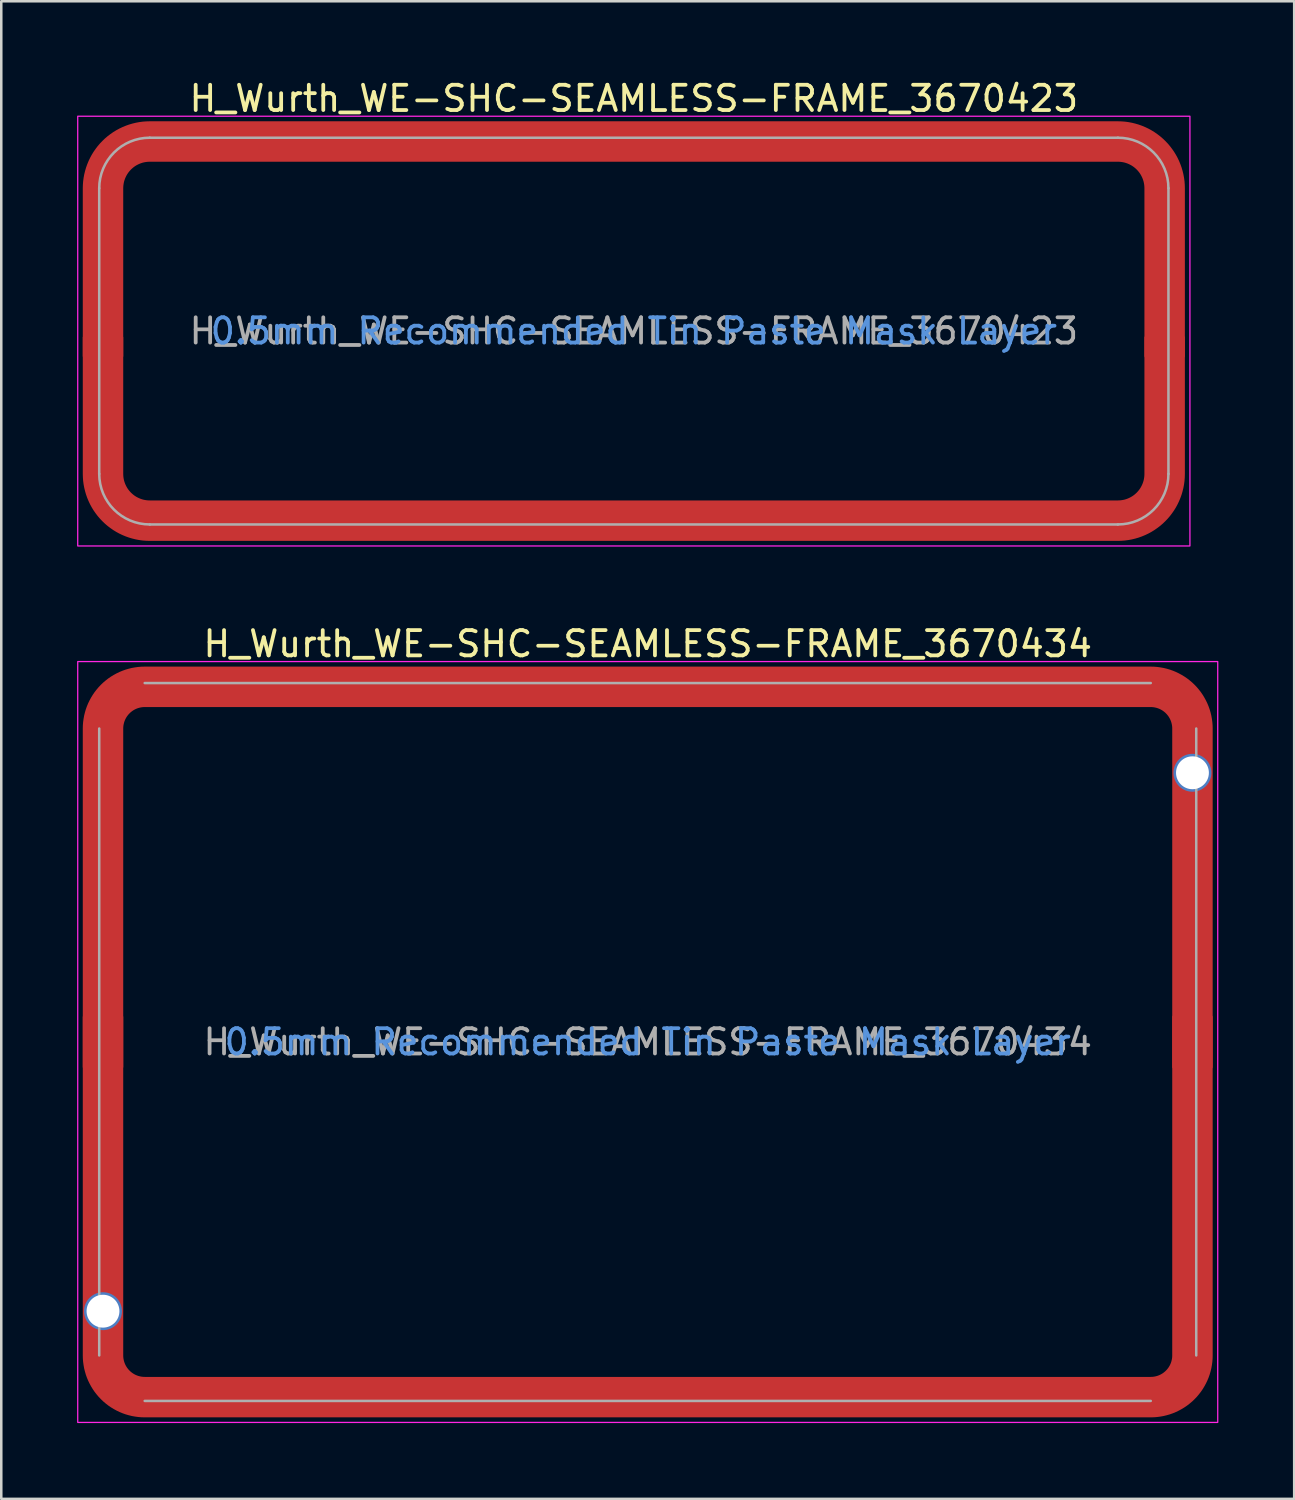
<source format=kicad_pcb>
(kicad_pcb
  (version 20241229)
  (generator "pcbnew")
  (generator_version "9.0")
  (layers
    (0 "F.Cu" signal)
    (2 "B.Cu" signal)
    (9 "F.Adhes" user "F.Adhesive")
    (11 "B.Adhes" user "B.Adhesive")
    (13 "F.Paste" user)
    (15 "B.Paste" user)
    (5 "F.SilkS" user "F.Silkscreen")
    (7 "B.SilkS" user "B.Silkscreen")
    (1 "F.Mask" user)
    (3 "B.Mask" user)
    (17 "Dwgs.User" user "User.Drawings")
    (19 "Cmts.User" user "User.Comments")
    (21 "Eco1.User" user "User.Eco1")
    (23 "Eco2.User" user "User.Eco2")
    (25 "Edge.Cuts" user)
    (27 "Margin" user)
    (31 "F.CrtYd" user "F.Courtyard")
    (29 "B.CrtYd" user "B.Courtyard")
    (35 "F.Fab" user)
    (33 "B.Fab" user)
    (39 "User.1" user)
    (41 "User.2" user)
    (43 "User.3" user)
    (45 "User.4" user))
  (footprint "H_Wurth_WE-SHC-SEAMLESS-FRAME_3670434"
    (layer "F.Cu")
    (at 22.575 38.172)
    (property "Reference" "H_Wurth_WE-SHC-SEAMLESS-FRAME_3670434" (at 0 -15.75 0) (unlocked yes) (layer "F.SilkS") (effects (font (size 1 1) (thickness 0.15))))
    (attr smd)
    (fp_rect (start -22.55 -15.05) (end 22.55 15.05) (stroke (width 0.05) (type solid)) (fill no) (layer "F.CrtYd"))
    (fp_line (start -21.7 12.4) (end -21.7 -12.4) (stroke (width 0.1) (type solid)) (layer "F.Fab"))
    (fp_line (start -19.9 -14.2) (end 19.9 -14.2) (stroke (width 0.1) (type solid)) (layer "F.Fab"))
    (fp_line (start -19.9 14.2) (end 19.9 14.2) (stroke (width 0.1) (type solid)) (layer "F.Fab"))
    (fp_line (start 21.7 12.4) (end 21.7 -12.4) (stroke (width 0.1) (type solid)) (layer "F.Fab"))
    (fp_text user "0.5mm Recommended Tin Paste Mask Layer" (at 0 0 0) (unlocked yes) (layer "Cmts.User") (effects (font (size 1 1) (thickness 0.15))))
    (fp_text user "${REFERENCE}" (at 0 0 0) (unlocked yes) (layer "F.Fab") (effects (font (size 1 1) (thickness 0.15))))
    (pad "1" thru_hole circle (at -21.55 10.65) (size 1.5 1.5) (drill 1.3) (layers "*.Cu" "*.Mask"))
    (pad "1" smd custom (at 0 -14.05) (size 39.8 1.5) (layers "F.Cu" "F.Mask" "F.Paste") (options (anchor rect)) (primitives (gr_poly (pts (xy -20.8 15.05) (xy -22.3 15.05) (xy -22.3 1.65) (xy -22.297 1.524) (xy -22.287 1.399) (xy -22.27 1.275) (xy -22.248 1.151) (xy -22.218 1.029) (xy -22.183 0.908) (xy -22.141 0.79) (xy -22.093 0.674) (xy -22.038 0.56) (xy -21.978 0.45) (xy -21.913 0.343) (xy -21.842 0.239) (xy -21.765 0.14) (xy -21.684 0.044) (xy -21.597 -0.047) (xy -21.506 -0.134) (xy -21.41 -0.215) (xy -21.311 -0.292) (xy -21.207 -0.363) (xy -21.1 -0.428) (xy -20.99 -0.488) (xy -20.876 -0.543) (xy -20.76 -0.591) (xy -20.642 -0.633) (xy -20.521 -0.668) (xy -20.399 -0.698) (xy -20.275 -0.72) (xy -20.151 -0.737) (xy -20.026 -0.747) (xy -19.9 -0.75) (xy 19.9 -0.75) (xy 20.026 -0.747) (xy 20.151 -0.737) (xy 20.275 -0.72) (xy 20.399 -0.698) (xy 20.521 -0.668) (xy 20.642 -0.633) (xy 20.76 -0.591) (xy 20.876 -0.543) (xy 20.99 -0.488) (xy 21.1 -0.428) (xy 21.207 -0.363) (xy 21.311 -0.292) (xy 21.41 -0.215) (xy 21.506 -0.134) (xy 21.597 -0.047) (xy 21.684 0.044) (xy 21.765 0.14) (xy 21.842 0.239) (xy 21.913 0.343) (xy 21.978 0.45) (xy 22.038 0.56) (xy 22.093 0.674) (xy 22.141 0.79) (xy 22.183 0.908) (xy 22.218 1.029) (xy 22.248 1.151) (xy 22.27 1.275) (xy 22.287 1.399) (xy 22.297 1.524) (xy 22.3 1.65) (xy 22.3 15.05) (xy 20.8 15.05) (xy 20.8 1.65) (xy 20.799 1.603) (xy 20.795 1.556) (xy 20.789 1.509) (xy 20.78 1.463) (xy 20.769 1.417) (xy 20.756 1.372) (xy 20.74 1.327) (xy 20.722 1.284) (xy 20.702 1.241) (xy 20.679 1.2) (xy 20.655 1.16) (xy 20.628 1.121) (xy 20.599 1.084) (xy 20.569 1.048) (xy 20.536 1.014) (xy 20.502 0.981) (xy 20.466 0.951) (xy 20.429 0.922) (xy 20.39 0.895) (xy 20.35 0.871) (xy 20.309 0.848) (xy 20.266 0.828) (xy 20.223 0.81) (xy 20.178 0.794) (xy 20.133 0.781) (xy 20.087 0.77) (xy 20.041 0.761) (xy 19.994 0.755) (xy 19.947 0.751) (xy 19.9 0.75) (xy -19.9 0.75) (xy -19.947 0.751) (xy -19.994 0.755) (xy -20.041 0.761) (xy -20.087 0.77) (xy -20.133 0.781) (xy -20.178 0.794) (xy -20.223 0.81) (xy -20.266 0.828) (xy -20.309 0.848) (xy -20.35 0.871) (xy -20.39 0.895) (xy -20.429 0.922) (xy -20.466 0.951) (xy -20.502 0.981) (xy -20.536 1.014) (xy -20.569 1.048) (xy -20.599 1.084) (xy -20.628 1.121) (xy -20.655 1.16) (xy -20.679 1.2) (xy -20.702 1.241) (xy -20.722 1.284) (xy -20.74 1.327) (xy -20.756 1.372) (xy -20.769 1.417) (xy -20.78 1.463) (xy -20.789 1.509) (xy -20.795 1.556) (xy -20.799 1.603) (xy -20.8 1.65) (xy -20.8 15.05)) (width 0.1) (fill yes))))
    (pad "1" smd custom (at 0 14.05) (size 39.8 1.5) (layers "F.Cu" "F.Mask" "F.Paste") (options (anchor rect)) (primitives (gr_poly (pts (xy 20.8 -15.05) (xy 22.3 -15.05) (xy 22.3 -1.65) (xy 22.297 -1.524) (xy 22.287 -1.399) (xy 22.27 -1.275) (xy 22.248 -1.151) (xy 22.218 -1.029) (xy 22.183 -0.908) (xy 22.141 -0.79) (xy 22.093 -0.674) (xy 22.038 -0.56) (xy 21.978 -0.45) (xy 21.913 -0.343) (xy 21.842 -0.239) (xy 21.765 -0.14) (xy 21.684 -0.044) (xy 21.597 0.047) (xy 21.506 0.134) (xy 21.41 0.215) (xy 21.311 0.292) (xy 21.207 0.363) (xy 21.1 0.428) (xy 20.99 0.488) (xy 20.876 0.543) (xy 20.76 0.591) (xy 20.642 0.633) (xy 20.521 0.668) (xy 20.399 0.698) (xy 20.275 0.72) (xy 20.151 0.737) (xy 20.026 0.747) (xy 19.9 0.75) (xy -19.9 0.75) (xy -20.026 0.747) (xy -20.151 0.737) (xy -20.275 0.72) (xy -20.399 0.698) (xy -20.521 0.668) (xy -20.642 0.633) (xy -20.76 0.591) (xy -20.876 0.543) (xy -20.99 0.488) (xy -21.1 0.428) (xy -21.207 0.363) (xy -21.311 0.292) (xy -21.41 0.215) (xy -21.506 0.134) (xy -21.597 0.047) (xy -21.684 -0.044) (xy -21.765 -0.14) (xy -21.842 -0.239) (xy -21.913 -0.343) (xy -21.978 -0.45) (xy -22.038 -0.56) (xy -22.093 -0.674) (xy -22.141 -0.79) (xy -22.183 -0.908) (xy -22.218 -1.029) (xy -22.248 -1.151) (xy -22.27 -1.275) (xy -22.287 -1.399) (xy -22.297 -1.524) (xy -22.3 -1.65) (xy -22.3 -15.05) (xy -20.8 -15.05) (xy -20.8 -1.65) (xy -20.799 -1.603) (xy -20.795 -1.556) (xy -20.789 -1.509) (xy -20.78 -1.463) (xy -20.769 -1.417) (xy -20.756 -1.372) (xy -20.74 -1.327) (xy -20.722 -1.284) (xy -20.702 -1.241) (xy -20.679 -1.2) (xy -20.655 -1.16) (xy -20.628 -1.121) (xy -20.599 -1.084) (xy -20.569 -1.048) (xy -20.536 -1.014) (xy -20.502 -0.981) (xy -20.466 -0.951) (xy -20.429 -0.922) (xy -20.39 -0.895) (xy -20.35 -0.871) (xy -20.309 -0.848) (xy -20.266 -0.828) (xy -20.223 -0.81) (xy -20.178 -0.794) (xy -20.133 -0.781) (xy -20.087 -0.77) (xy -20.041 -0.761) (xy -19.994 -0.755) (xy -19.947 -0.751) (xy -19.9 -0.75) (xy 19.9 -0.75) (xy 19.947 -0.751) (xy 19.994 -0.755) (xy 20.041 -0.761) (xy 20.087 -0.77) (xy 20.133 -0.781) (xy 20.178 -0.794) (xy 20.223 -0.81) (xy 20.266 -0.828) (xy 20.309 -0.848) (xy 20.35 -0.871) (xy 20.39 -0.895) (xy 20.429 -0.922) (xy 20.466 -0.951) (xy 20.502 -0.981) (xy 20.536 -1.014) (xy 20.569 -1.048) (xy 20.599 -1.084) (xy 20.628 -1.121) (xy 20.655 -1.16) (xy 20.679 -1.2) (xy 20.702 -1.241) (xy 20.722 -1.284) (xy 20.74 -1.327) (xy 20.756 -1.372) (xy 20.769 -1.417) (xy 20.78 -1.463) (xy 20.789 -1.509) (xy 20.795 -1.556) (xy 20.799 -1.603) (xy 20.8 -1.65) (xy 20.8 -15.05)) (width 0.1) (fill yes))))
    (pad "1" thru_hole circle (at 21.55 -10.65) (size 1.5 1.5) (drill 1.3) (layers "*.Cu" "*.Mask")))
  (footprint "H_Wurth_WE-SHC-SEAMLESS-FRAME_3670423"
    (layer "F.Cu")
    (at 22.025 10.048)
    (property "Reference" "H_Wurth_WE-SHC-SEAMLESS-FRAME_3670423" (at 0 -9.2 0) (unlocked yes) (layer "F.SilkS") (effects (font (size 1 1) (thickness 0.15))))
    (attr smd)
    (fp_poly (pts (xy 20.25 0.25) (xy 21.75 0.25) (xy 21.75 5.65) (xy 21.746 5.786) (xy 21.736 5.922) (xy 21.718 6.057) (xy 21.693 6.191) (xy 21.661 6.323) (xy 21.623 6.453) (xy 21.577 6.582) (xy 21.525 6.708) (xy 21.467 6.83) (xy 21.402 6.95) (xy 21.331 7.066) (xy 21.253 7.178) (xy 21.171 7.286) (xy 21.082 7.39) (xy 20.988 7.488) (xy 20.89 7.582) (xy 20.786 7.671) (xy 20.678 7.753) (xy 20.566 7.831) (xy 20.45 7.902) (xy 20.33 7.967) (xy 20.208 8.025) (xy 20.082 8.077) (xy 19.953 8.123) (xy 19.823 8.161) (xy 19.691 8.193) (xy 19.557 8.218) (xy 19.422 8.236) (xy 19.286 8.246) (xy 19.15 8.25) (xy -19.15 8.25) (xy -19.286 8.246) (xy -19.422 8.236) (xy -19.557 8.218) (xy -19.691 8.193) (xy -19.823 8.161) (xy -19.953 8.123) (xy -20.082 8.077) (xy -20.208 8.025) (xy -20.33 7.967) (xy -20.45 7.902) (xy -20.566 7.831) (xy -20.678 7.753) (xy -20.786 7.671) (xy -20.89 7.582) (xy -20.988 7.488) (xy -21.082 7.39) (xy -21.171 7.286) (xy -21.253 7.178) (xy -21.331 7.066) (xy -21.402 6.95) (xy -21.467 6.83) (xy -21.525 6.708) (xy -21.577 6.582) (xy -21.623 6.453) (xy -21.661 6.323) (xy -21.693 6.191) (xy -21.718 6.057) (xy -21.736 5.922) (xy -21.746 5.786) (xy -21.75 5.65) (xy -21.75 0.25) (xy -20.25 0.25) (xy -20.25 5.65) (xy -20.248 5.708) (xy -20.244 5.765) (xy -20.236 5.822) (xy -20.226 5.879) (xy -20.213 5.935) (xy -20.196 5.99) (xy -20.177 6.044) (xy -20.155 6.097) (xy -20.13 6.149) (xy -20.103 6.2) (xy -20.073 6.249) (xy -20.04 6.297) (xy -20.005 6.342) (xy -19.967 6.386) (xy -19.928 6.428) (xy -19.886 6.467) (xy -19.842 6.505) (xy -19.797 6.54) (xy -19.749 6.573) (xy -19.7 6.603) (xy -19.649 6.63) (xy -19.597 6.655) (xy -19.544 6.677) (xy -19.49 6.696) (xy -19.435 6.713) (xy -19.379 6.726) (xy -19.322 6.736) (xy -19.265 6.744) (xy -19.208 6.748) (xy -19.15 6.75) (xy 19.15 6.75) (xy 19.208 6.748) (xy 19.265 6.744) (xy 19.322 6.736) (xy 19.379 6.726) (xy 19.435 6.713) (xy 19.49 6.696) (xy 19.544 6.677) (xy 19.597 6.655) (xy 19.649 6.63) (xy 19.7 6.603) (xy 19.749 6.573) (xy 19.797 6.54) (xy 19.842 6.505) (xy 19.886 6.467) (xy 19.928 6.428) (xy 19.967 6.386) (xy 20.005 6.342) (xy 20.04 6.297) (xy 20.073 6.249) (xy 20.103 6.2) (xy 20.13 6.149) (xy 20.155 6.097) (xy 20.177 6.044) (xy 20.196 5.99) (xy 20.213 5.935) (xy 20.226 5.879) (xy 20.236 5.822) (xy 20.244 5.765) (xy 20.248 5.708) (xy 20.25 5.65) (xy 20.25 0.25)) (stroke (width 0.1) (type solid)) (fill yes) (layer "F.Cu"))
    (fp_poly (pts (xy 20.25 0.25) (xy 21.75 0.25) (xy 21.75 5.65) (xy 21.746 5.786) (xy 21.736 5.922) (xy 21.718 6.057) (xy 21.693 6.191) (xy 21.661 6.323) (xy 21.623 6.453) (xy 21.577 6.582) (xy 21.525 6.708) (xy 21.467 6.83) (xy 21.402 6.95) (xy 21.331 7.066) (xy 21.253 7.178) (xy 21.171 7.286) (xy 21.082 7.39) (xy 20.988 7.488) (xy 20.89 7.582) (xy 20.786 7.671) (xy 20.678 7.753) (xy 20.566 7.831) (xy 20.45 7.902) (xy 20.33 7.967) (xy 20.208 8.025) (xy 20.082 8.077) (xy 19.953 8.123) (xy 19.823 8.161) (xy 19.691 8.193) (xy 19.557 8.218) (xy 19.422 8.236) (xy 19.286 8.246) (xy 19.15 8.25) (xy -19.15 8.25) (xy -19.286 8.246) (xy -19.422 8.236) (xy -19.557 8.218) (xy -19.691 8.193) (xy -19.823 8.161) (xy -19.953 8.123) (xy -20.082 8.077) (xy -20.208 8.025) (xy -20.33 7.967) (xy -20.45 7.902) (xy -20.566 7.831) (xy -20.678 7.753) (xy -20.786 7.671) (xy -20.89 7.582) (xy -20.988 7.488) (xy -21.082 7.39) (xy -21.171 7.286) (xy -21.253 7.178) (xy -21.331 7.066) (xy -21.402 6.95) (xy -21.467 6.83) (xy -21.525 6.708) (xy -21.577 6.582) (xy -21.623 6.453) (xy -21.661 6.323) (xy -21.693 6.191) (xy -21.718 6.057) (xy -21.736 5.922) (xy -21.746 5.786) (xy -21.75 5.65) (xy -21.75 0.25) (xy -20.25 0.25) (xy -20.25 5.65) (xy -20.248 5.708) (xy -20.244 5.765) (xy -20.236 5.822) (xy -20.226 5.879) (xy -20.213 5.935) (xy -20.196 5.99) (xy -20.177 6.044) (xy -20.155 6.097) (xy -20.13 6.149) (xy -20.103 6.2) (xy -20.073 6.249) (xy -20.04 6.297) (xy -20.005 6.342) (xy -19.967 6.386) (xy -19.928 6.428) (xy -19.886 6.467) (xy -19.842 6.505) (xy -19.797 6.54) (xy -19.749 6.573) (xy -19.7 6.603) (xy -19.649 6.63) (xy -19.597 6.655) (xy -19.544 6.677) (xy -19.49 6.696) (xy -19.435 6.713) (xy -19.379 6.726) (xy -19.322 6.736) (xy -19.265 6.744) (xy -19.208 6.748) (xy -19.15 6.75) (xy 19.15 6.75) (xy 19.208 6.748) (xy 19.265 6.744) (xy 19.322 6.736) (xy 19.379 6.726) (xy 19.435 6.713) (xy 19.49 6.696) (xy 19.544 6.677) (xy 19.597 6.655) (xy 19.649 6.63) (xy 19.7 6.603) (xy 19.749 6.573) (xy 19.797 6.54) (xy 19.842 6.505) (xy 19.886 6.467) (xy 19.928 6.428) (xy 19.967 6.386) (xy 20.005 6.342) (xy 20.04 6.297) (xy 20.073 6.249) (xy 20.103 6.2) (xy 20.13 6.149) (xy 20.155 6.097) (xy 20.177 6.044) (xy 20.196 5.99) (xy 20.213 5.935) (xy 20.226 5.879) (xy 20.236 5.822) (xy 20.244 5.765) (xy 20.248 5.708) (xy 20.25 5.65) (xy 20.25 0.25)) (stroke (width 0.1) (type solid)) (fill yes) (layer "F.Mask"))
    (fp_poly (pts (xy 20.25 0.25) (xy 21.75 0.25) (xy 21.75 5.65) (xy 21.746 5.786) (xy 21.736 5.922) (xy 21.718 6.057) (xy 21.693 6.191) (xy 21.661 6.323) (xy 21.623 6.453) (xy 21.577 6.582) (xy 21.525 6.708) (xy 21.467 6.83) (xy 21.402 6.95) (xy 21.331 7.066) (xy 21.253 7.178) (xy 21.171 7.286) (xy 21.082 7.39) (xy 20.988 7.488) (xy 20.89 7.582) (xy 20.786 7.671) (xy 20.678 7.753) (xy 20.566 7.831) (xy 20.45 7.902) (xy 20.33 7.967) (xy 20.208 8.025) (xy 20.082 8.077) (xy 19.953 8.123) (xy 19.823 8.161) (xy 19.691 8.193) (xy 19.557 8.218) (xy 19.422 8.236) (xy 19.286 8.246) (xy 19.15 8.25) (xy -19.15 8.25) (xy -19.286 8.246) (xy -19.422 8.236) (xy -19.557 8.218) (xy -19.691 8.193) (xy -19.823 8.161) (xy -19.953 8.123) (xy -20.082 8.077) (xy -20.208 8.025) (xy -20.33 7.967) (xy -20.45 7.902) (xy -20.566 7.831) (xy -20.678 7.753) (xy -20.786 7.671) (xy -20.89 7.582) (xy -20.988 7.488) (xy -21.082 7.39) (xy -21.171 7.286) (xy -21.253 7.178) (xy -21.331 7.066) (xy -21.402 6.95) (xy -21.467 6.83) (xy -21.525 6.708) (xy -21.577 6.582) (xy -21.623 6.453) (xy -21.661 6.323) (xy -21.693 6.191) (xy -21.718 6.057) (xy -21.736 5.922) (xy -21.746 5.786) (xy -21.75 5.65) (xy -21.75 0.25) (xy -20.25 0.25) (xy -20.25 5.65) (xy -20.248 5.708) (xy -20.244 5.765) (xy -20.236 5.822) (xy -20.226 5.879) (xy -20.213 5.935) (xy -20.196 5.99) (xy -20.177 6.044) (xy -20.155 6.097) (xy -20.13 6.149) (xy -20.103 6.2) (xy -20.073 6.249) (xy -20.04 6.297) (xy -20.005 6.342) (xy -19.967 6.386) (xy -19.928 6.428) (xy -19.886 6.467) (xy -19.842 6.505) (xy -19.797 6.54) (xy -19.749 6.573) (xy -19.7 6.603) (xy -19.649 6.63) (xy -19.597 6.655) (xy -19.544 6.677) (xy -19.49 6.696) (xy -19.435 6.713) (xy -19.379 6.726) (xy -19.322 6.736) (xy -19.265 6.744) (xy -19.208 6.748) (xy -19.15 6.75) (xy 19.15 6.75) (xy 19.208 6.748) (xy 19.265 6.744) (xy 19.322 6.736) (xy 19.379 6.726) (xy 19.435 6.713) (xy 19.49 6.696) (xy 19.544 6.677) (xy 19.597 6.655) (xy 19.649 6.63) (xy 19.7 6.603) (xy 19.749 6.573) (xy 19.797 6.54) (xy 19.842 6.505) (xy 19.886 6.467) (xy 19.928 6.428) (xy 19.967 6.386) (xy 20.005 6.342) (xy 20.04 6.297) (xy 20.073 6.249) (xy 20.103 6.2) (xy 20.13 6.149) (xy 20.155 6.097) (xy 20.177 6.044) (xy 20.196 5.99) (xy 20.213 5.935) (xy 20.226 5.879) (xy 20.236 5.822) (xy 20.244 5.765) (xy 20.248 5.708) (xy 20.25 5.65) (xy 20.25 0.25)) (stroke (width 0.1) (type solid)) (fill yes) (layer "F.Paste"))
    (fp_rect (start -22 -8.5) (end 22 8.5) (stroke (width 0.05) (type solid)) (fill no) (layer "F.CrtYd"))
    (fp_line (start -21.15 5.65) (end -21.15 -5.65) (stroke (width 0.1) (type solid)) (layer "F.Fab"))
    (fp_line (start -19.15 -7.65) (end 19.15 -7.65) (stroke (width 0.1) (type solid)) (layer "F.Fab"))
    (fp_line (start -19.15 7.65) (end 19.15 7.65) (stroke (width 0.1) (type solid)) (layer "F.Fab"))
    (fp_line (start 21.15 5.65) (end 21.15 -5.65) (stroke (width 0.1) (type solid)) (layer "F.Fab"))
    (fp_arc (start -21.15 -5.65) (mid -20.564214 -7.064214) (end -19.15 -7.65) (stroke (width 0.1) (type default)) (layer "F.Fab"))
    (fp_arc (start -19.15 7.65) (mid -20.564214 7.064214) (end -21.15 5.65) (stroke (width 0.1) (type default)) (layer "F.Fab"))
    (fp_arc (start 19.15 -7.65) (mid 20.564214 -7.064214) (end 21.15 -5.65) (stroke (width 0.1) (type default)) (layer "F.Fab"))
    (fp_arc (start 21.15 5.65) (mid 20.564214 7.064214) (end 19.15 7.65) (stroke (width 0.1) (type default)) (layer "F.Fab"))
    (fp_text user "0.5mm Recommended Tin Paste Mask Layer" (at 0 0 0) (unlocked yes) (layer "Cmts.User") (effects (font (size 1 1) (thickness 0.15))))
    (fp_text user "${REFERENCE}" (at 0 0 0) (unlocked yes) (layer "F.Fab") (effects (font (size 1 1) (thickness 0.15))))
    (pad "1" smd custom (at 21 0) (size 1.5 11.3) (layers "F.Cu" "F.Mask" "F.Paste") (options (anchor rect)) (primitives (gr_poly (pts (xy -41.25 1) (xy -42.75 1) (xy -42.75 -5.65) (xy -42.746 -5.786) (xy -42.736 -5.922) (xy -42.718 -6.057) (xy -42.693 -6.191) (xy -42.661 -6.323) (xy -42.623 -6.453) (xy -42.577 -6.582) (xy -42.525 -6.708) (xy -42.467 -6.83) (xy -42.402 -6.95) (xy -42.331 -7.066) (xy -42.253 -7.178) (xy -42.171 -7.286) (xy -42.082 -7.39) (xy -41.988 -7.488) (xy -41.89 -7.582) (xy -41.786 -7.671) (xy -41.678 -7.753) (xy -41.566 -7.831) (xy -41.45 -7.902) (xy -41.33 -7.967) (xy -41.208 -8.025) (xy -41.082 -8.077) (xy -40.953 -8.123) (xy -40.823 -8.161) (xy -40.691 -8.193) (xy -40.557 -8.218) (xy -40.422 -8.236) (xy -40.286 -8.246) (xy -40.15 -8.25) (xy -1.85 -8.25) (xy -1.714 -8.246) (xy -1.578 -8.236) (xy -1.443 -8.218) (xy -1.309 -8.193) (xy -1.177 -8.161) (xy -1.047 -8.123) (xy -0.918 -8.077) (xy -0.792 -8.025) (xy -0.67 -7.967) (xy -0.55 -7.902) (xy -0.434 -7.831) (xy -0.322 -7.753) (xy -0.214 -7.671) (xy -0.11 -7.582) (xy -0.012 -7.488) (xy 0.082 -7.39) (xy 0.171 -7.286) (xy 0.253 -7.178) (xy 0.331 -7.066) (xy 0.402 -6.95) (xy 0.467 -6.83) (xy 0.525 -6.708) (xy 0.577 -6.582) (xy 0.623 -6.453) (xy 0.661 -6.323) (xy 0.693 -6.191) (xy 0.718 -6.057) (xy 0.736 -5.922) (xy 0.746 -5.786) (xy 0.75 -5.65) (xy 0.75 1) (xy -0.75 1) (xy -0.75 -5.65) (xy -0.752 -5.708) (xy -0.756 -5.765) (xy -0.764 -5.822) (xy -0.774 -5.879) (xy -0.787 -5.935) (xy -0.804 -5.99) (xy -0.823 -6.044) (xy -0.845 -6.097) (xy -0.87 -6.149) (xy -0.897 -6.2) (xy -0.927 -6.249) (xy -0.96 -6.297) (xy -0.995 -6.342) (xy -1.033 -6.386) (xy -1.072 -6.428) (xy -1.114 -6.467) (xy -1.158 -6.505) (xy -1.203 -6.54) (xy -1.251 -6.573) (xy -1.3 -6.603) (xy -1.351 -6.63) (xy -1.403 -6.655) (xy -1.456 -6.677) (xy -1.51 -6.696) (xy -1.565 -6.713) (xy -1.621 -6.726) (xy -1.678 -6.736) (xy -1.735 -6.744) (xy -1.792 -6.748) (xy -1.85 -6.75) (xy -40.15 -6.75) (xy -40.208 -6.748) (xy -40.265 -6.744) (xy -40.322 -6.736) (xy -40.379 -6.726) (xy -40.435 -6.713) (xy -40.49 -6.696) (xy -40.544 -6.677) (xy -40.597 -6.655) (xy -40.649 -6.63) (xy -40.7 -6.603) (xy -40.749 -6.573) (xy -40.797 -6.54) (xy -40.842 -6.505) (xy -40.886 -6.467) (xy -40.928 -6.428) (xy -40.967 -6.386) (xy -41.005 -6.342) (xy -41.04 -6.297) (xy -41.073 -6.249) (xy -41.103 -6.2) (xy -41.13 -6.149) (xy -41.155 -6.097) (xy -41.177 -6.044) (xy -41.196 -5.99) (xy -41.213 -5.935) (xy -41.226 -5.879) (xy -41.236 -5.822) (xy -41.244 -5.765) (xy -41.248 -5.708) (xy -41.25 -5.65) (xy -41.25 1)) (width 0.1) (fill yes)))))
  (gr_rect
    (start -3 -3)
    (end 48.15 56.246)
    (stroke (width 0.1) (type default))
    (fill no)
    (layer "Edge.Cuts")))
</source>
